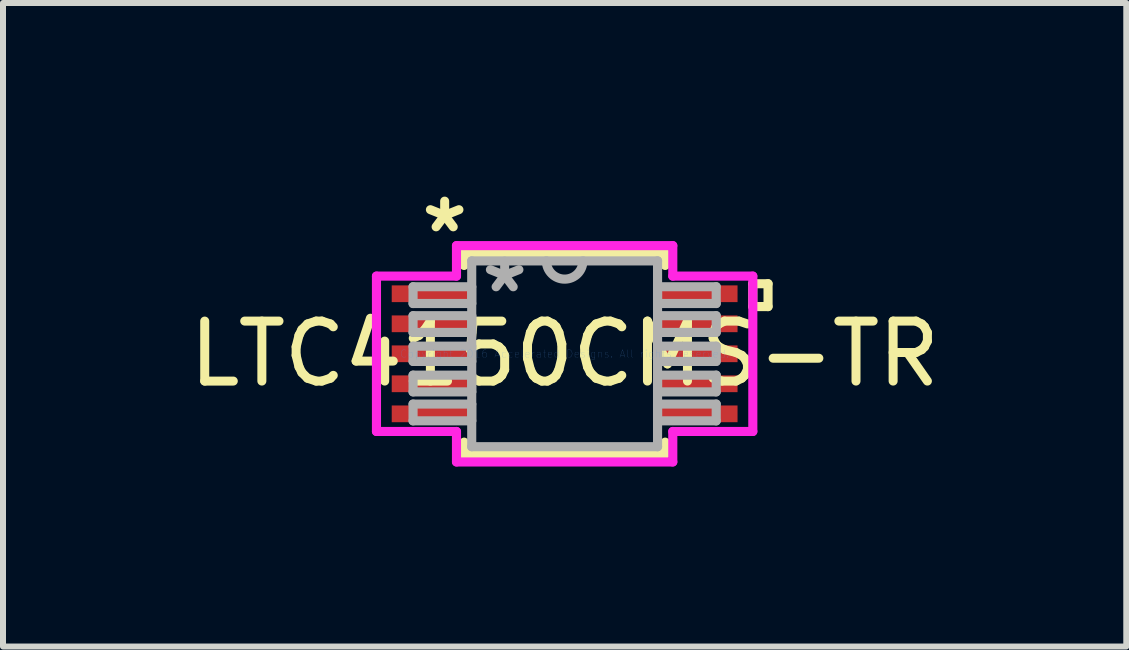
<source format=kicad_pcb>
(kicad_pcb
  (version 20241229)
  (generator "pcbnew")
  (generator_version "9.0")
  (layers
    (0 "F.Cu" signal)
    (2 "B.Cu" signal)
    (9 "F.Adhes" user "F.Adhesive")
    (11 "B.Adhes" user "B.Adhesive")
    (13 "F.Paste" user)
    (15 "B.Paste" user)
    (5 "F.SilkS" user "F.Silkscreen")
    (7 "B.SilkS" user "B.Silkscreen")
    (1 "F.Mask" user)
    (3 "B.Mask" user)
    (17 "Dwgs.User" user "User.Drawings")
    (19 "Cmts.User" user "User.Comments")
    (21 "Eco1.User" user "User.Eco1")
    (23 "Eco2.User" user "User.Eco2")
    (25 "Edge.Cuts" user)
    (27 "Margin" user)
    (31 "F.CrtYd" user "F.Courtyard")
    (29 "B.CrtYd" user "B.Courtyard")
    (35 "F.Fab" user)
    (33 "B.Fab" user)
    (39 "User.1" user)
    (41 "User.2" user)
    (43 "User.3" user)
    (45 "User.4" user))
  (footprint "LTC4150CMS-TR"
    (layer "F.Cu")
    (at 6.363 2.848)
    (property "Reference" "LTC4150CMS-TR" (at 0 0 0) (layer "F.SilkS") (effects (font (size 1 1) (thickness 0.15))))
    (attr through_hole)
    (fp_line (start -1.676 -1.676) (end -1.676 -1.473) (stroke (width 0.152) (type solid)) (layer "F.SilkS"))
    (fp_line (start -1.676 1.473) (end -1.676 1.676) (stroke (width 0.152) (type solid)) (layer "F.SilkS"))
    (fp_line (start -1.676 1.676) (end 1.676 1.676) (stroke (width 0.152) (type solid)) (layer "F.SilkS"))
    (fp_line (start 1.676 -1.676) (end -1.676 -1.676) (stroke (width 0.152) (type solid)) (layer "F.SilkS"))
    (fp_line (start 1.676 -1.473) (end 1.676 -1.676) (stroke (width 0.152) (type solid)) (layer "F.SilkS"))
    (fp_line (start 1.676 1.676) (end 1.676 1.473) (stroke (width 0.152) (type solid)) (layer "F.SilkS"))
    (fp_line (start 3.137 -1.168) (end 3.391 -1.168) (stroke (width 0.152) (type solid)) (layer "F.SilkS"))
    (fp_line (start 3.137 -0.787) (end 3.137 -1.168) (stroke (width 0.152) (type solid)) (layer "F.SilkS"))
    (fp_line (start 3.391 -1.168) (end 3.391 -0.787) (stroke (width 0.152) (type solid)) (layer "F.SilkS"))
    (fp_line (start 3.391 -0.787) (end 3.137 -0.787) (stroke (width 0.152) (type solid)) (layer "F.SilkS"))
    (fp_line (start -3.137 -1.295) (end -1.803 -1.295) (stroke (width 0.152) (type solid)) (layer "F.CrtYd"))
    (fp_line (start -3.137 1.295) (end -3.137 -1.295) (stroke (width 0.152) (type solid)) (layer "F.CrtYd"))
    (fp_line (start -1.803 -1.803) (end 1.803 -1.803) (stroke (width 0.152) (type solid)) (layer "F.CrtYd"))
    (fp_line (start -1.803 -1.295) (end -1.803 -1.803) (stroke (width 0.152) (type solid)) (layer "F.CrtYd"))
    (fp_line (start -1.803 1.295) (end -3.137 1.295) (stroke (width 0.152) (type solid)) (layer "F.CrtYd"))
    (fp_line (start -1.803 1.803) (end -1.803 1.295) (stroke (width 0.152) (type solid)) (layer "F.CrtYd"))
    (fp_line (start 1.803 -1.803) (end 1.803 -1.295) (stroke (width 0.152) (type solid)) (layer "F.CrtYd"))
    (fp_line (start 1.803 -1.295) (end 3.137 -1.295) (stroke (width 0.152) (type solid)) (layer "F.CrtYd"))
    (fp_line (start 1.803 1.295) (end 1.803 1.803) (stroke (width 0.152) (type solid)) (layer "F.CrtYd"))
    (fp_line (start 1.803 1.803) (end -1.803 1.803) (stroke (width 0.152) (type solid)) (layer "F.CrtYd"))
    (fp_line (start 3.137 -1.295) (end 3.137 1.295) (stroke (width 0.152) (type solid)) (layer "F.CrtYd"))
    (fp_line (start 3.137 1.295) (end 1.803 1.295) (stroke (width 0.152) (type solid)) (layer "F.CrtYd"))
    (fp_line (start -2.527 -1.118) (end -2.527 -0.838) (stroke (width 0.152) (type solid)) (layer "F.Fab"))
    (fp_line (start -2.527 -0.838) (end -1.549 -0.838) (stroke (width 0.152) (type solid)) (layer "F.Fab"))
    (fp_line (start -2.527 -0.635) (end -2.527 -0.356) (stroke (width 0.152) (type solid)) (layer "F.Fab"))
    (fp_line (start -2.527 -0.356) (end -1.549 -0.356) (stroke (width 0.152) (type solid)) (layer "F.Fab"))
    (fp_line (start -2.527 -0.127) (end -2.527 0.127) (stroke (width 0.152) (type solid)) (layer "F.Fab"))
    (fp_line (start -2.527 0.127) (end -1.549 0.127) (stroke (width 0.152) (type solid)) (layer "F.Fab"))
    (fp_line (start -2.527 0.356) (end -2.527 0.635) (stroke (width 0.152) (type solid)) (layer "F.Fab"))
    (fp_line (start -2.527 0.635) (end -1.549 0.635) (stroke (width 0.152) (type solid)) (layer "F.Fab"))
    (fp_line (start -2.527 0.838) (end -2.527 1.118) (stroke (width 0.152) (type solid)) (layer "F.Fab"))
    (fp_line (start -2.527 1.118) (end -1.549 1.118) (stroke (width 0.152) (type solid)) (layer "F.Fab"))
    (fp_line (start -1.549 -1.549) (end -1.549 1.549) (stroke (width 0.152) (type solid)) (layer "F.Fab"))
    (fp_line (start -1.549 -1.118) (end -2.527 -1.118) (stroke (width 0.152) (type solid)) (layer "F.Fab"))
    (fp_line (start -1.549 -0.838) (end -1.549 -1.118) (stroke (width 0.152) (type solid)) (layer "F.Fab"))
    (fp_line (start -1.549 -0.635) (end -2.527 -0.635) (stroke (width 0.152) (type solid)) (layer "F.Fab"))
    (fp_line (start -1.549 -0.356) (end -1.549 -0.635) (stroke (width 0.152) (type solid)) (layer "F.Fab"))
    (fp_line (start -1.549 -0.127) (end -2.527 -0.127) (stroke (width 0.152) (type solid)) (layer "F.Fab"))
    (fp_line (start -1.549 0.127) (end -1.549 -0.127) (stroke (width 0.152) (type solid)) (layer "F.Fab"))
    (fp_line (start -1.549 0.356) (end -2.527 0.356) (stroke (width 0.152) (type solid)) (layer "F.Fab"))
    (fp_line (start -1.549 0.635) (end -1.549 0.356) (stroke (width 0.152) (type solid)) (layer "F.Fab"))
    (fp_line (start -1.549 0.838) (end -2.527 0.838) (stroke (width 0.152) (type solid)) (layer "F.Fab"))
    (fp_line (start -1.549 1.118) (end -1.549 0.838) (stroke (width 0.152) (type solid)) (layer "F.Fab"))
    (fp_line (start -1.549 1.549) (end 1.549 1.549) (stroke (width 0.152) (type solid)) (layer "F.Fab"))
    (fp_line (start 1.549 -1.549) (end -1.549 -1.549) (stroke (width 0.152) (type solid)) (layer "F.Fab"))
    (fp_line (start 1.549 -1.118) (end 1.549 -0.838) (stroke (width 0.152) (type solid)) (layer "F.Fab"))
    (fp_line (start 1.549 -0.838) (end 2.527 -0.838) (stroke (width 0.152) (type solid)) (layer "F.Fab"))
    (fp_line (start 1.549 -0.635) (end 1.549 -0.356) (stroke (width 0.152) (type solid)) (layer "F.Fab"))
    (fp_line (start 1.549 -0.356) (end 2.527 -0.356) (stroke (width 0.152) (type solid)) (layer "F.Fab"))
    (fp_line (start 1.549 -0.127) (end 1.549 0.127) (stroke (width 0.152) (type solid)) (layer "F.Fab"))
    (fp_line (start 1.549 0.127) (end 2.527 0.127) (stroke (width 0.152) (type solid)) (layer "F.Fab"))
    (fp_line (start 1.549 0.356) (end 1.549 0.635) (stroke (width 0.152) (type solid)) (layer "F.Fab"))
    (fp_line (start 1.549 0.635) (end 2.527 0.635) (stroke (width 0.152) (type solid)) (layer "F.Fab"))
    (fp_line (start 1.549 0.838) (end 1.549 1.118) (stroke (width 0.152) (type solid)) (layer "F.Fab"))
    (fp_line (start 1.549 1.118) (end 2.527 1.118) (stroke (width 0.152) (type solid)) (layer "F.Fab"))
    (fp_line (start 1.549 1.549) (end 1.549 -1.549) (stroke (width 0.152) (type solid)) (layer "F.Fab"))
    (fp_line (start 2.527 -1.118) (end 1.549 -1.118) (stroke (width 0.152) (type solid)) (layer "F.Fab"))
    (fp_line (start 2.527 -0.838) (end 2.527 -1.118) (stroke (width 0.152) (type solid)) (layer "F.Fab"))
    (fp_line (start 2.527 -0.635) (end 1.549 -0.635) (stroke (width 0.152) (type solid)) (layer "F.Fab"))
    (fp_line (start 2.527 -0.356) (end 2.527 -0.635) (stroke (width 0.152) (type solid)) (layer "F.Fab"))
    (fp_line (start 2.527 -0.127) (end 1.549 -0.127) (stroke (width 0.152) (type solid)) (layer "F.Fab"))
    (fp_line (start 2.527 0.127) (end 2.527 -0.127) (stroke (width 0.152) (type solid)) (layer "F.Fab"))
    (fp_line (start 2.527 0.356) (end 1.549 0.356) (stroke (width 0.152) (type solid)) (layer "F.Fab"))
    (fp_line (start 2.527 0.635) (end 2.527 0.356) (stroke (width 0.152) (type solid)) (layer "F.Fab"))
    (fp_line (start 2.527 0.838) (end 1.549 0.838) (stroke (width 0.152) (type solid)) (layer "F.Fab"))
    (fp_line (start 2.527 1.118) (end 2.527 0.838) (stroke (width 0.152) (type solid)) (layer "F.Fab"))
    (fp_arc (start 0.3048 -1.5494) (mid 0 -1.2446) (end -0.3048 -1.5494) (stroke (width 0.1524) (type solid)) (layer "F.Fab"))
    (fp_text user "*" (at -2 -2 0) (layer "F.SilkS") (effects (font (size 1 1) (thickness 0.15))))
    (fp_text user "Copyright 2016 Accelerated Designs. All rights reserved." (at 0 0 0) (layer "Cmts.User") (effects (font (size 0.127 0.127) (thickness 0.002))))
    (fp_text user "*" (at -1 -1 0) (layer "F.Fab") (effects (font (size 1 1) (thickness 0.15))))
    (pad "1" smd rect (at -2.184 -1.001) (size 1.397 0.279) (layers "F.Cu" "F.Mask" "F.Paste"))
    (pad "2" smd rect (at -2.184 -0.5) (size 1.397 0.279) (layers "F.Cu" "F.Mask" "F.Paste"))
    (pad "3" smd rect (at -2.184 0) (size 1.397 0.279) (layers "F.Cu" "F.Mask" "F.Paste"))
    (pad "4" smd rect (at -2.184 0.5) (size 1.397 0.279) (layers "F.Cu" "F.Mask" "F.Paste"))
    (pad "5" smd rect (at -2.184 1.001) (size 1.397 0.279) (layers "F.Cu" "F.Mask" "F.Paste"))
    (pad "6" smd rect (at 2.184 1.001) (size 1.397 0.279) (layers "F.Cu" "F.Mask" "F.Paste"))
    (pad "7" smd rect (at 2.184 0.5) (size 1.397 0.279) (layers "F.Cu" "F.Mask" "F.Paste"))
    (pad "8" smd rect (at 2.184 0) (size 1.397 0.279) (layers "F.Cu" "F.Mask" "F.Paste"))
    (pad "9" smd rect (at 2.184 -0.5) (size 1.397 0.279) (layers "F.Cu" "F.Mask" "F.Paste"))
    (pad "10" smd rect (at 2.184 -1.001) (size 1.397 0.279) (layers "F.Cu" "F.Mask" "F.Paste")))
  (gr_rect
    (start -3 -3)
    (end 15.726 7.728)
    (stroke (width 0.1) (type default))
    (fill no)
    (layer "Edge.Cuts")))
</source>
